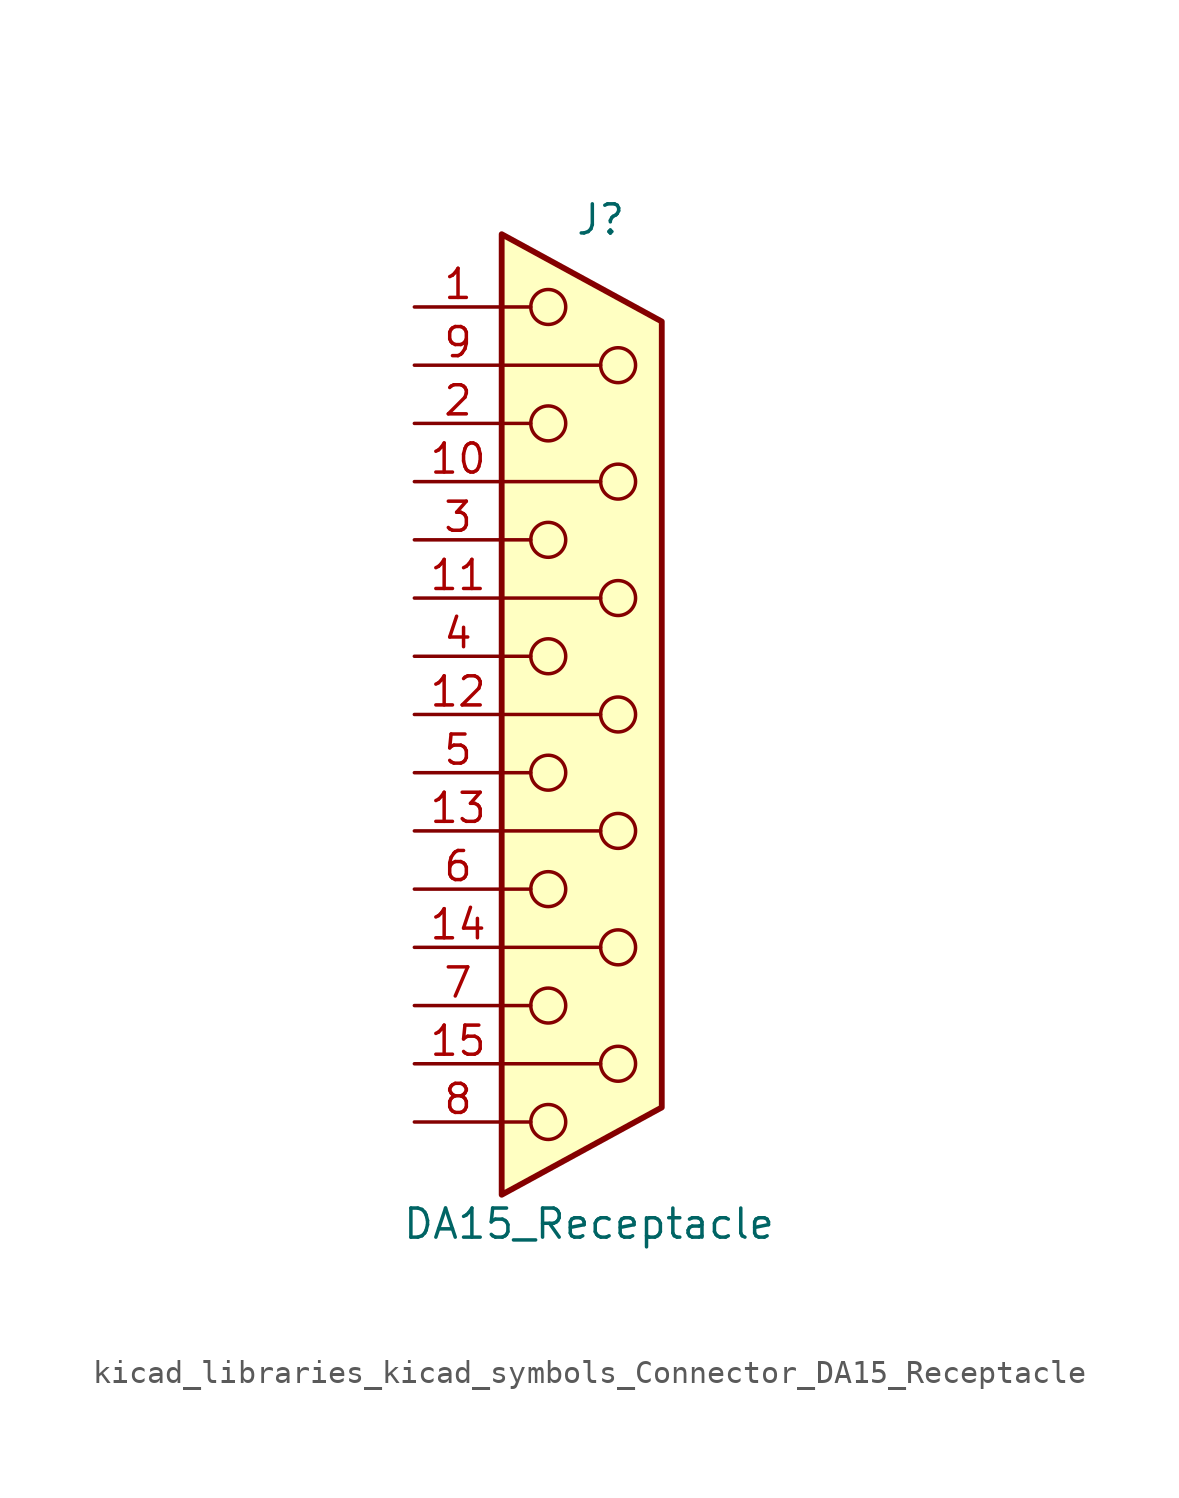
<source format=kicad_sym>
(kicad_symbol_lib
  (version 20220914)
  (generator kicad_symbol_editor)
  (symbol "kicad_libraries_kicad_symbols_Connector_DA15_Receptacle"
    (pin_names
      (offset 1.016) hide)
    (property "Reference" "J"
      (at 0.508 21.59 0)
      (effects (font (size 1.27 1.27))))
    (property "Value" "DA15_Receptacle"
      (at 0 -22.225 0)
      (effects (font (size 1.27 1.27))))
    (symbol "kicad_libraries_kicad_symbols_Connector_DA15_Receptacle_0_1"
      (circle (center -1.778 -17.78) (radius 0.762) (stroke (width 0) (type default)) (fill (type none)))
      (circle (center -1.778 -12.7) (radius 0.762) (stroke (width 0) (type default)) (fill (type none)))
      (circle (center -1.778 -7.62) (radius 0.762) (stroke (width 0) (type default)) (fill (type none)))
      (circle (center -1.778 -2.54) (radius 0.762) (stroke (width 0) (type default)) (fill (type none)))
      (circle (center -1.778 2.54) (radius 0.762) (stroke (width 0) (type default)) (fill (type none)))
      (circle (center -1.778 7.62) (radius 0.762) (stroke (width 0) (type default)) (fill (type none)))
      (circle (center -1.778 12.7) (radius 0.762) (stroke (width 0) (type default)) (fill (type none)))
      (circle (center -1.778 17.78) (radius 0.762) (stroke (width 0) (type default)) (fill (type none)))
      (polyline (pts (xy -3.81 -17.78) (xy -2.54 -17.78)) (stroke (width 0) (type default)) (fill (type none)))
      (polyline (pts (xy -3.81 -15.24) (xy 0.508 -15.24)) (stroke (width 0) (type default)) (fill (type none)))
      (polyline (pts (xy -3.81 -12.7) (xy -2.54 -12.7)) (stroke (width 0) (type default)) (fill (type none)))
      (polyline (pts (xy -3.81 -10.16) (xy 0.508 -10.16)) (stroke (width 0) (type default)) (fill (type none)))
      (polyline (pts (xy -3.81 -7.62) (xy -2.54 -7.62)) (stroke (width 0) (type default)) (fill (type none)))
      (polyline (pts (xy -3.81 -5.08) (xy 0.508 -5.08)) (stroke (width 0) (type default)) (fill (type none)))
      (polyline (pts (xy -3.81 -2.54) (xy -2.54 -2.54)) (stroke (width 0) (type default)) (fill (type none)))
      (polyline (pts (xy -3.81 0) (xy 0.508 0)) (stroke (width 0) (type default)) (fill (type none)))
      (polyline (pts (xy -3.81 2.54) (xy -2.54 2.54)) (stroke (width 0) (type default)) (fill (type none)))
      (polyline (pts (xy -3.81 5.08) (xy 0.508 5.08)) (stroke (width 0) (type default)) (fill (type none)))
      (polyline (pts (xy -3.81 7.62) (xy -2.54 7.62)) (stroke (width 0) (type default)) (fill (type none)))
      (polyline (pts (xy -3.81 10.16) (xy 0.508 10.16)) (stroke (width 0) (type default)) (fill (type none)))
      (polyline (pts (xy -3.81 12.7) (xy -2.54 12.7)) (stroke (width 0) (type default)) (fill (type none)))
      (polyline (pts (xy -3.81 15.24) (xy 0.508 15.24)) (stroke (width 0) (type default)) (fill (type none)))
      (polyline (pts (xy -3.81 17.78) (xy -2.54 17.78)) (stroke (width 0) (type default)) (fill (type none)))
      (polyline (pts (xy -3.81 20.955) (xy 3.175 17.145) (xy 3.175 -17.145) (xy -3.81 -20.955) (xy -3.81 20.955)) (stroke (width 0.254) (type default)) (fill (type background)))
      (circle (center 1.27 -15.24) (radius 0.762) (stroke (width 0) (type default)) (fill (type none)))
      (circle (center 1.27 -10.16) (radius 0.762) (stroke (width 0) (type default)) (fill (type none)))
      (circle (center 1.27 -5.08) (radius 0.762) (stroke (width 0) (type default)) (fill (type none)))
      (circle (center 1.27 0) (radius 0.762) (stroke (width 0) (type default)) (fill (type none)))
      (circle (center 1.27 5.08) (radius 0.762) (stroke (width 0) (type default)) (fill (type none)))
      (circle (center 1.27 10.16) (radius 0.762) (stroke (width 0) (type default)) (fill (type none)))
      (circle (center 1.27 15.24) (radius 0.762) (stroke (width 0) (type default)) (fill (type none))))
    (symbol "kicad_libraries_kicad_symbols_Connector_DA15_Receptacle_1_1"
      (pin passive line (at -7.62 17.78 0) (length 3.81) (name "1" (effects (font (size 1.27 1.27)))) (number "1" (effects (font (size 1.27 1.27)))))
      (pin passive line (at -7.62 10.16 0) (length 3.81) (name "P10" (effects (font (size 1.27 1.27)))) (number "10" (effects (font (size 1.27 1.27)))))
      (pin passive line (at -7.62 5.08 0) (length 3.81) (name "P111" (effects (font (size 1.27 1.27)))) (number "11" (effects (font (size 1.27 1.27)))))
      (pin passive line (at -7.62 0 0) (length 3.81) (name "P12" (effects (font (size 1.27 1.27)))) (number "12" (effects (font (size 1.27 1.27)))))
      (pin passive line (at -7.62 -5.08 0) (length 3.81) (name "P13" (effects (font (size 1.27 1.27)))) (number "13" (effects (font (size 1.27 1.27)))))
      (pin passive line (at -7.62 -10.16 0) (length 3.81) (name "P14" (effects (font (size 1.27 1.27)))) (number "14" (effects (font (size 1.27 1.27)))))
      (pin passive line (at -7.62 -15.24 0) (length 3.81) (name "P15" (effects (font (size 1.27 1.27)))) (number "15" (effects (font (size 1.27 1.27)))))
      (pin passive line (at -7.62 12.7 0) (length 3.81) (name "2" (effects (font (size 1.27 1.27)))) (number "2" (effects (font (size 1.27 1.27)))))
      (pin passive line (at -7.62 7.62 0) (length 3.81) (name "3" (effects (font (size 1.27 1.27)))) (number "3" (effects (font (size 1.27 1.27)))))
      (pin passive line (at -7.62 2.54 0) (length 3.81) (name "4" (effects (font (size 1.27 1.27)))) (number "4" (effects (font (size 1.27 1.27)))))
      (pin passive line (at -7.62 -2.54 0) (length 3.81) (name "5" (effects (font (size 1.27 1.27)))) (number "5" (effects (font (size 1.27 1.27)))))
      (pin passive line (at -7.62 -7.62 0) (length 3.81) (name "6" (effects (font (size 1.27 1.27)))) (number "6" (effects (font (size 1.27 1.27)))))
      (pin passive line (at -7.62 -12.7 0) (length 3.81) (name "7" (effects (font (size 1.27 1.27)))) (number "7" (effects (font (size 1.27 1.27)))))
      (pin passive line (at -7.62 -17.78 0) (length 3.81) (name "8" (effects (font (size 1.27 1.27)))) (number "8" (effects (font (size 1.27 1.27)))))
      (pin passive line (at -7.62 15.24 0) (length 3.81) (name "P9" (effects (font (size 1.27 1.27)))) (number "9" (effects (font (size 1.27 1.27))))))))
</source>
